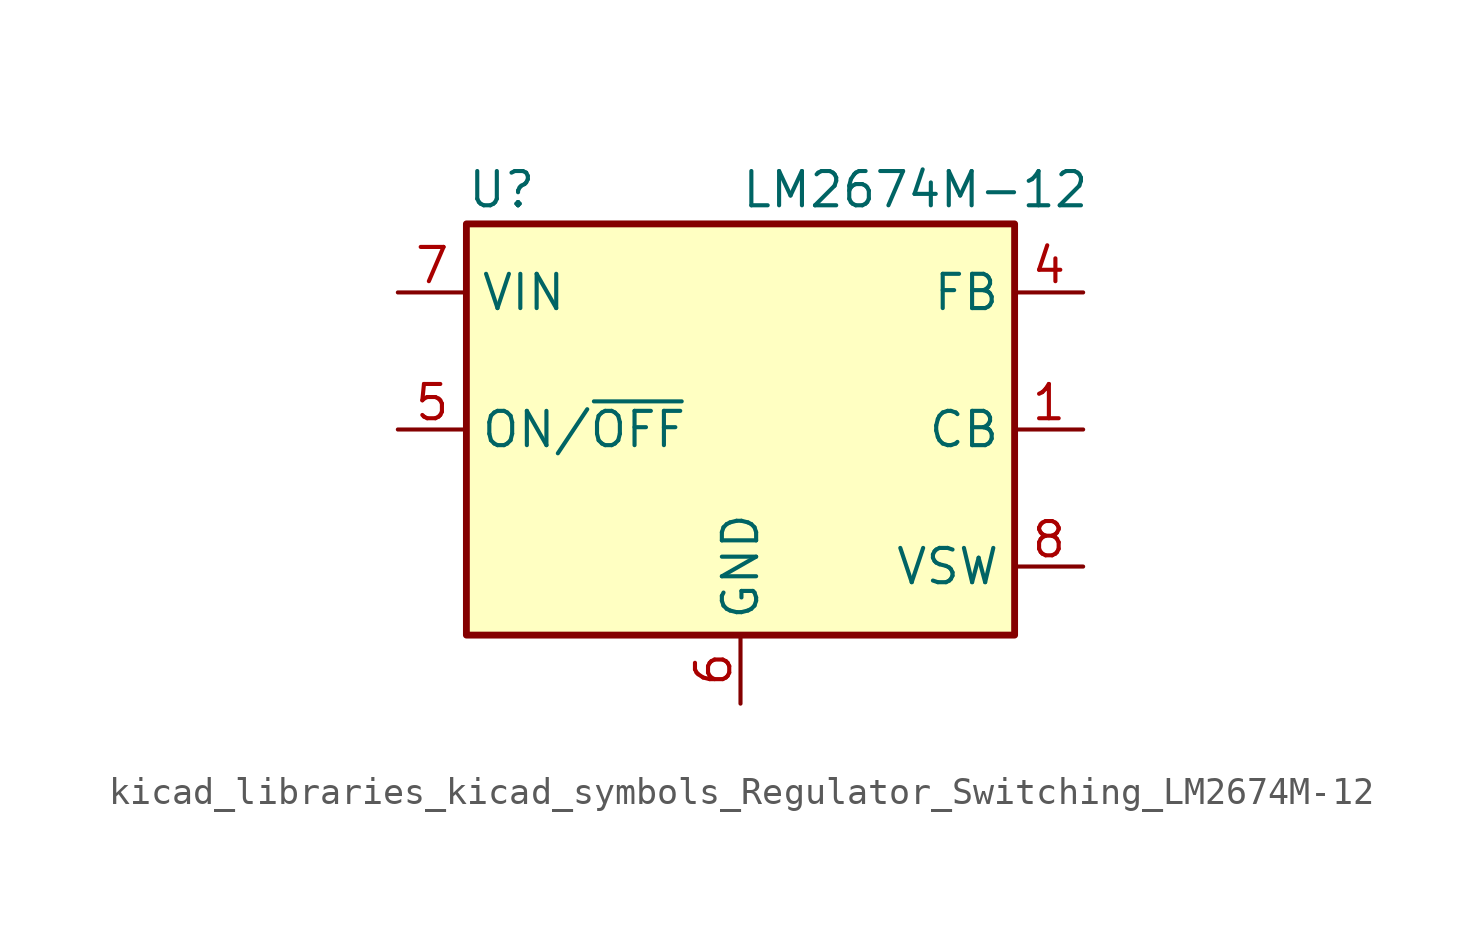
<source format=kicad_sym>
(kicad_symbol_lib
  (version 20220914)
  (generator kicad_symbol_editor)
  (symbol "kicad_libraries_kicad_symbols_Regulator_Switching_LM2674M-12"
    (property "Reference" "U"
      (at -10.16 8.89 0)
      (effects (font (size 1.27 1.27)) (justify left)))
    (property "Value" "LM2674M-12"
      (at 0 8.89 0)
      (effects (font (size 1.27 1.27)) (justify left)))
    (symbol "kicad_libraries_kicad_symbols_Regulator_Switching_LM2674M-12_0_1"
      (rectangle (start -10.16 7.62) (end 10.16 -7.62) (stroke (width 0.254) (type default)) (fill (type background))))
    (symbol "kicad_libraries_kicad_symbols_Regulator_Switching_LM2674M-12_1_1"
      (pin input line (at 12.7 0 180) (length 2.54) (name "CB" (effects (font (size 1.27 1.27)))) (number "1" (effects (font (size 1.27 1.27)))))
      (pin no_connect line (at -10.16 -2.54 0) (length 2.54) hide (name "NC" (effects (font (size 1.27 1.27)))) (number "2" (effects (font (size 1.27 1.27)))))
      (pin no_connect line (at -10.16 -5.08 0) (length 2.54) hide (name "NC" (effects (font (size 1.27 1.27)))) (number "3" (effects (font (size 1.27 1.27)))))
      (pin input line (at 12.7 5.08 180) (length 2.54) (name "FB" (effects (font (size 1.27 1.27)))) (number "4" (effects (font (size 1.27 1.27)))))
      (pin input line (at -12.7 0 0) (length 2.54) (name "ON/~{OFF}" (effects (font (size 1.27 1.27)))) (number "5" (effects (font (size 1.27 1.27)))))
      (pin power_in line (at 0 -10.16 90) (length 2.54) (name "GND" (effects (font (size 1.27 1.27)))) (number "6" (effects (font (size 1.27 1.27)))))
      (pin power_in line (at -12.7 5.08 0) (length 2.54) (name "VIN" (effects (font (size 1.27 1.27)))) (number "7" (effects (font (size 1.27 1.27)))))
      (pin output line (at 12.7 -5.08 180) (length 2.54) (name "VSW" (effects (font (size 1.27 1.27)))) (number "8" (effects (font (size 1.27 1.27))))))))
</source>
